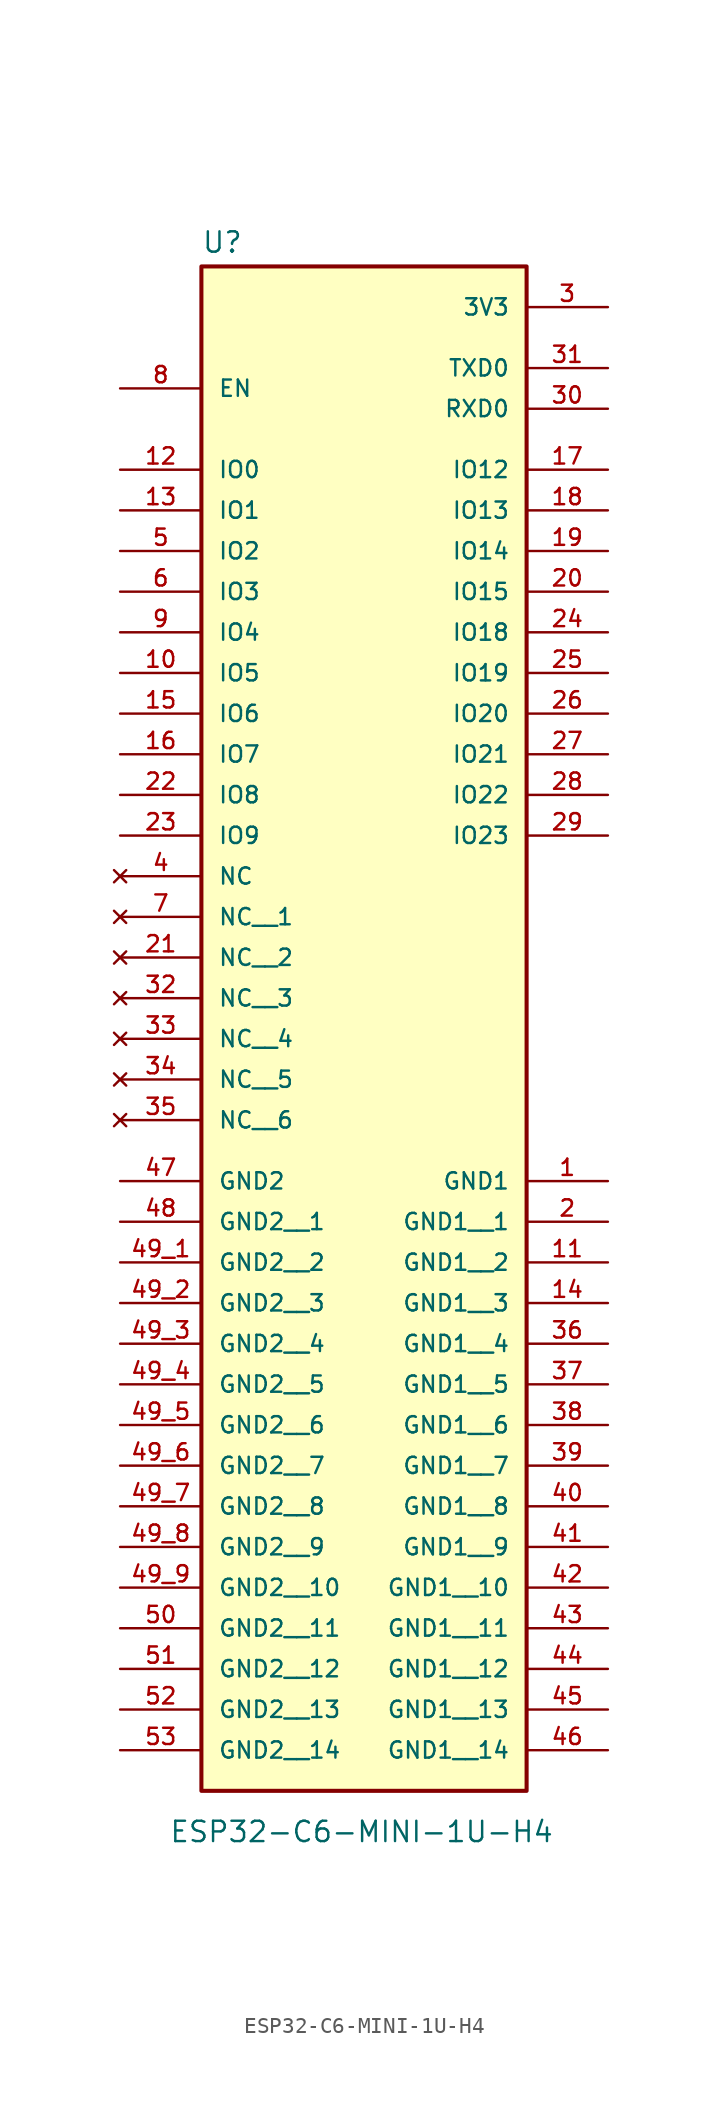
<source format=kicad_sym>
(kicad_symbol_lib
  (version 20241209)
  (generator "kicad_symbol_editor")
  (generator_version "9.0")
  (symbol "ESP32-C6-MINI-1U-H4"
    (pin_names
      (offset 1.016))
    (property "Reference" "U"
      (at -10.16 23.622 0)
      (effects (font (size 1.27 1.27)) (justify left bottom)))
    (property "Value" "ESP32-C6-MINI-1U-H4"
      (at -12.192 -75.692 0)
      (effects (font (size 1.27 1.27)) (justify left bottom)))
    (symbol "ESP32-C6-MINI-1U-H4_0_0"
      (rectangle (start -10.16 22.86) (end 10.16 -72.39) (stroke (width 0.254) (type default)) (fill (type background)))
      (pin input line (at -15.24 15.24 0) (length 5.08) (name "EN" (effects (font (size 1.016 1.016)))) (number "8" (effects (font (size 1.016 1.016)))))
      (pin bidirectional line (at -15.24 10.16 0) (length 5.08) (name "IO0" (effects (font (size 1.016 1.016)))) (number "12" (effects (font (size 1.016 1.016)))))
      (pin bidirectional line (at -15.24 7.62 0) (length 5.08) (name "IO1" (effects (font (size 1.016 1.016)))) (number "13" (effects (font (size 1.016 1.016)))))
      (pin bidirectional line (at -15.24 5.08 0) (length 5.08) (name "IO2" (effects (font (size 1.016 1.016)))) (number "5" (effects (font (size 1.016 1.016)))))
      (pin bidirectional line (at -15.24 2.54 0) (length 5.08) (name "IO3" (effects (font (size 1.016 1.016)))) (number "6" (effects (font (size 1.016 1.016)))))
      (pin bidirectional line (at -15.24 0 0) (length 5.08) (name "IO4" (effects (font (size 1.016 1.016)))) (number "9" (effects (font (size 1.016 1.016)))))
      (pin bidirectional line (at -15.24 -2.54 0) (length 5.08) (name "IO5" (effects (font (size 1.016 1.016)))) (number "10" (effects (font (size 1.016 1.016)))))
      (pin bidirectional line (at -15.24 -5.08 0) (length 5.08) (name "IO6" (effects (font (size 1.016 1.016)))) (number "15" (effects (font (size 1.016 1.016)))))
      (pin bidirectional line (at -15.24 -7.62 0) (length 5.08) (name "IO7" (effects (font (size 1.016 1.016)))) (number "16" (effects (font (size 1.016 1.016)))))
      (pin bidirectional line (at -15.24 -10.16 0) (length 5.08) (name "IO8" (effects (font (size 1.016 1.016)))) (number "22" (effects (font (size 1.016 1.016)))))
      (pin bidirectional line (at -15.24 -12.7 0) (length 5.08) (name "IO9" (effects (font (size 1.016 1.016)))) (number "23" (effects (font (size 1.016 1.016)))))
      (pin no_connect line (at -15.24 -15.24 0) (length 5.08) (name "NC" (effects (font (size 1.016 1.016)))) (number "4" (effects (font (size 1.016 1.016)))))
      (pin no_connect line (at -15.24 -17.78 0) (length 5.08) (name "NC__1" (effects (font (size 1.016 1.016)))) (number "7" (effects (font (size 1.016 1.016)))))
      (pin no_connect line (at -15.24 -20.32 0) (length 5.08) (name "NC__2" (effects (font (size 1.016 1.016)))) (number "21" (effects (font (size 1.016 1.016)))))
      (pin no_connect line (at -15.24 -22.86 0) (length 5.08) (name "NC__3" (effects (font (size 1.016 1.016)))) (number "32" (effects (font (size 1.016 1.016)))))
      (pin no_connect line (at -15.24 -25.4 0) (length 5.08) (name "NC__4" (effects (font (size 1.016 1.016)))) (number "33" (effects (font (size 1.016 1.016)))))
      (pin no_connect line (at -15.24 -27.94 0) (length 5.08) (name "NC__5" (effects (font (size 1.016 1.016)))) (number "34" (effects (font (size 1.016 1.016)))))
      (pin no_connect line (at -15.24 -30.48 0) (length 5.08) (name "NC__6" (effects (font (size 1.016 1.016)))) (number "35" (effects (font (size 1.016 1.016)))))
      (pin power_in line (at -15.24 -34.29 0) (length 5.08) (name "GND2" (effects (font (size 1.016 1.016)))) (number "47" (effects (font (size 1.016 1.016)))))
      (pin power_in line (at -15.24 -36.83 0) (length 5.08) (name "GND2__1" (effects (font (size 1.016 1.016)))) (number "48" (effects (font (size 1.016 1.016)))))
      (pin power_in line (at -15.24 -39.37 0) (length 5.08) (name "GND2__2" (effects (font (size 1.016 1.016)))) (number "49_1" (effects (font (size 1.016 1.016)))))
      (pin power_in line (at -15.24 -41.91 0) (length 5.08) (name "GND2__3" (effects (font (size 1.016 1.016)))) (number "49_2" (effects (font (size 1.016 1.016)))))
      (pin power_in line (at -15.24 -44.45 0) (length 5.08) (name "GND2__4" (effects (font (size 1.016 1.016)))) (number "49_3" (effects (font (size 1.016 1.016)))))
      (pin power_in line (at -15.24 -46.99 0) (length 5.08) (name "GND2__5" (effects (font (size 1.016 1.016)))) (number "49_4" (effects (font (size 1.016 1.016)))))
      (pin power_in line (at -15.24 -49.53 0) (length 5.08) (name "GND2__6" (effects (font (size 1.016 1.016)))) (number "49_5" (effects (font (size 1.016 1.016)))))
      (pin power_in line (at -15.24 -52.07 0) (length 5.08) (name "GND2__7" (effects (font (size 1.016 1.016)))) (number "49_6" (effects (font (size 1.016 1.016)))))
      (pin power_in line (at -15.24 -54.61 0) (length 5.08) (name "GND2__8" (effects (font (size 1.016 1.016)))) (number "49_7" (effects (font (size 1.016 1.016)))))
      (pin power_in line (at -15.24 -57.15 0) (length 5.08) (name "GND2__9" (effects (font (size 1.016 1.016)))) (number "49_8" (effects (font (size 1.016 1.016)))))
      (pin power_in line (at -15.24 -59.69 0) (length 5.08) (name "GND2__10" (effects (font (size 1.016 1.016)))) (number "49_9" (effects (font (size 1.016 1.016)))))
      (pin power_in line (at -15.24 -62.23 0) (length 5.08) (name "GND2__11" (effects (font (size 1.016 1.016)))) (number "50" (effects (font (size 1.016 1.016)))))
      (pin power_in line (at -15.24 -64.77 0) (length 5.08) (name "GND2__12" (effects (font (size 1.016 1.016)))) (number "51" (effects (font (size 1.016 1.016)))))
      (pin power_in line (at -15.24 -67.31 0) (length 5.08) (name "GND2__13" (effects (font (size 1.016 1.016)))) (number "52" (effects (font (size 1.016 1.016)))))
      (pin power_in line (at -15.24 -69.85 0) (length 5.08) (name "GND2__14" (effects (font (size 1.016 1.016)))) (number "53" (effects (font (size 1.016 1.016)))))
      (pin power_in line (at 15.24 20.32 180) (length 5.08) (name "3V3" (effects (font (size 1.016 1.016)))) (number "3" (effects (font (size 1.016 1.016)))))
      (pin bidirectional line (at 15.24 16.51 180) (length 5.08) (name "TXD0" (effects (font (size 1.016 1.016)))) (number "31" (effects (font (size 1.016 1.016)))))
      (pin bidirectional line (at 15.24 13.97 180) (length 5.08) (name "RXD0" (effects (font (size 1.016 1.016)))) (number "30" (effects (font (size 1.016 1.016)))))
      (pin bidirectional line (at 15.24 10.16 180) (length 5.08) (name "IO12" (effects (font (size 1.016 1.016)))) (number "17" (effects (font (size 1.016 1.016)))))
      (pin bidirectional line (at 15.24 7.62 180) (length 5.08) (name "IO13" (effects (font (size 1.016 1.016)))) (number "18" (effects (font (size 1.016 1.016)))))
      (pin bidirectional line (at 15.24 5.08 180) (length 5.08) (name "IO14" (effects (font (size 1.016 1.016)))) (number "19" (effects (font (size 1.016 1.016)))))
      (pin bidirectional line (at 15.24 2.54 180) (length 5.08) (name "IO15" (effects (font (size 1.016 1.016)))) (number "20" (effects (font (size 1.016 1.016)))))
      (pin bidirectional line (at 15.24 0 180) (length 5.08) (name "IO18" (effects (font (size 1.016 1.016)))) (number "24" (effects (font (size 1.016 1.016)))))
      (pin bidirectional line (at 15.24 -2.54 180) (length 5.08) (name "IO19" (effects (font (size 1.016 1.016)))) (number "25" (effects (font (size 1.016 1.016)))))
      (pin bidirectional line (at 15.24 -5.08 180) (length 5.08) (name "IO20" (effects (font (size 1.016 1.016)))) (number "26" (effects (font (size 1.016 1.016)))))
      (pin bidirectional line (at 15.24 -7.62 180) (length 5.08) (name "IO21" (effects (font (size 1.016 1.016)))) (number "27" (effects (font (size 1.016 1.016)))))
      (pin bidirectional line (at 15.24 -10.16 180) (length 5.08) (name "IO22" (effects (font (size 1.016 1.016)))) (number "28" (effects (font (size 1.016 1.016)))))
      (pin bidirectional line (at 15.24 -12.7 180) (length 5.08) (name "IO23" (effects (font (size 1.016 1.016)))) (number "29" (effects (font (size 1.016 1.016)))))
      (pin power_in line (at 15.24 -34.29 180) (length 5.08) (name "GND1" (effects (font (size 1.016 1.016)))) (number "1" (effects (font (size 1.016 1.016)))))
      (pin power_in line (at 15.24 -36.83 180) (length 5.08) (name "GND1__1" (effects (font (size 1.016 1.016)))) (number "2" (effects (font (size 1.016 1.016)))))
      (pin power_in line (at 15.24 -39.37 180) (length 5.08) (name "GND1__2" (effects (font (size 1.016 1.016)))) (number "11" (effects (font (size 1.016 1.016)))))
      (pin power_in line (at 15.24 -41.91 180) (length 5.08) (name "GND1__3" (effects (font (size 1.016 1.016)))) (number "14" (effects (font (size 1.016 1.016)))))
      (pin power_in line (at 15.24 -44.45 180) (length 5.08) (name "GND1__4" (effects (font (size 1.016 1.016)))) (number "36" (effects (font (size 1.016 1.016)))))
      (pin power_in line (at 15.24 -46.99 180) (length 5.08) (name "GND1__5" (effects (font (size 1.016 1.016)))) (number "37" (effects (font (size 1.016 1.016)))))
      (pin power_in line (at 15.24 -49.53 180) (length 5.08) (name "GND1__6" (effects (font (size 1.016 1.016)))) (number "38" (effects (font (size 1.016 1.016)))))
      (pin power_in line (at 15.24 -52.07 180) (length 5.08) (name "GND1__7" (effects (font (size 1.016 1.016)))) (number "39" (effects (font (size 1.016 1.016)))))
      (pin power_in line (at 15.24 -54.61 180) (length 5.08) (name "GND1__8" (effects (font (size 1.016 1.016)))) (number "40" (effects (font (size 1.016 1.016)))))
      (pin power_in line (at 15.24 -57.15 180) (length 5.08) (name "GND1__9" (effects (font (size 1.016 1.016)))) (number "41" (effects (font (size 1.016 1.016)))))
      (pin power_in line (at 15.24 -59.69 180) (length 5.08) (name "GND1__10" (effects (font (size 1.016 1.016)))) (number "42" (effects (font (size 1.016 1.016)))))
      (pin power_in line (at 15.24 -62.23 180) (length 5.08) (name "GND1__11" (effects (font (size 1.016 1.016)))) (number "43" (effects (font (size 1.016 1.016)))))
      (pin power_in line (at 15.24 -64.77 180) (length 5.08) (name "GND1__12" (effects (font (size 1.016 1.016)))) (number "44" (effects (font (size 1.016 1.016)))))
      (pin power_in line (at 15.24 -67.31 180) (length 5.08) (name "GND1__13" (effects (font (size 1.016 1.016)))) (number "45" (effects (font (size 1.016 1.016)))))
      (pin power_in line (at 15.24 -69.85 180) (length 5.08) (name "GND1__14" (effects (font (size 1.016 1.016)))) (number "46" (effects (font (size 1.016 1.016))))))))
</source>
